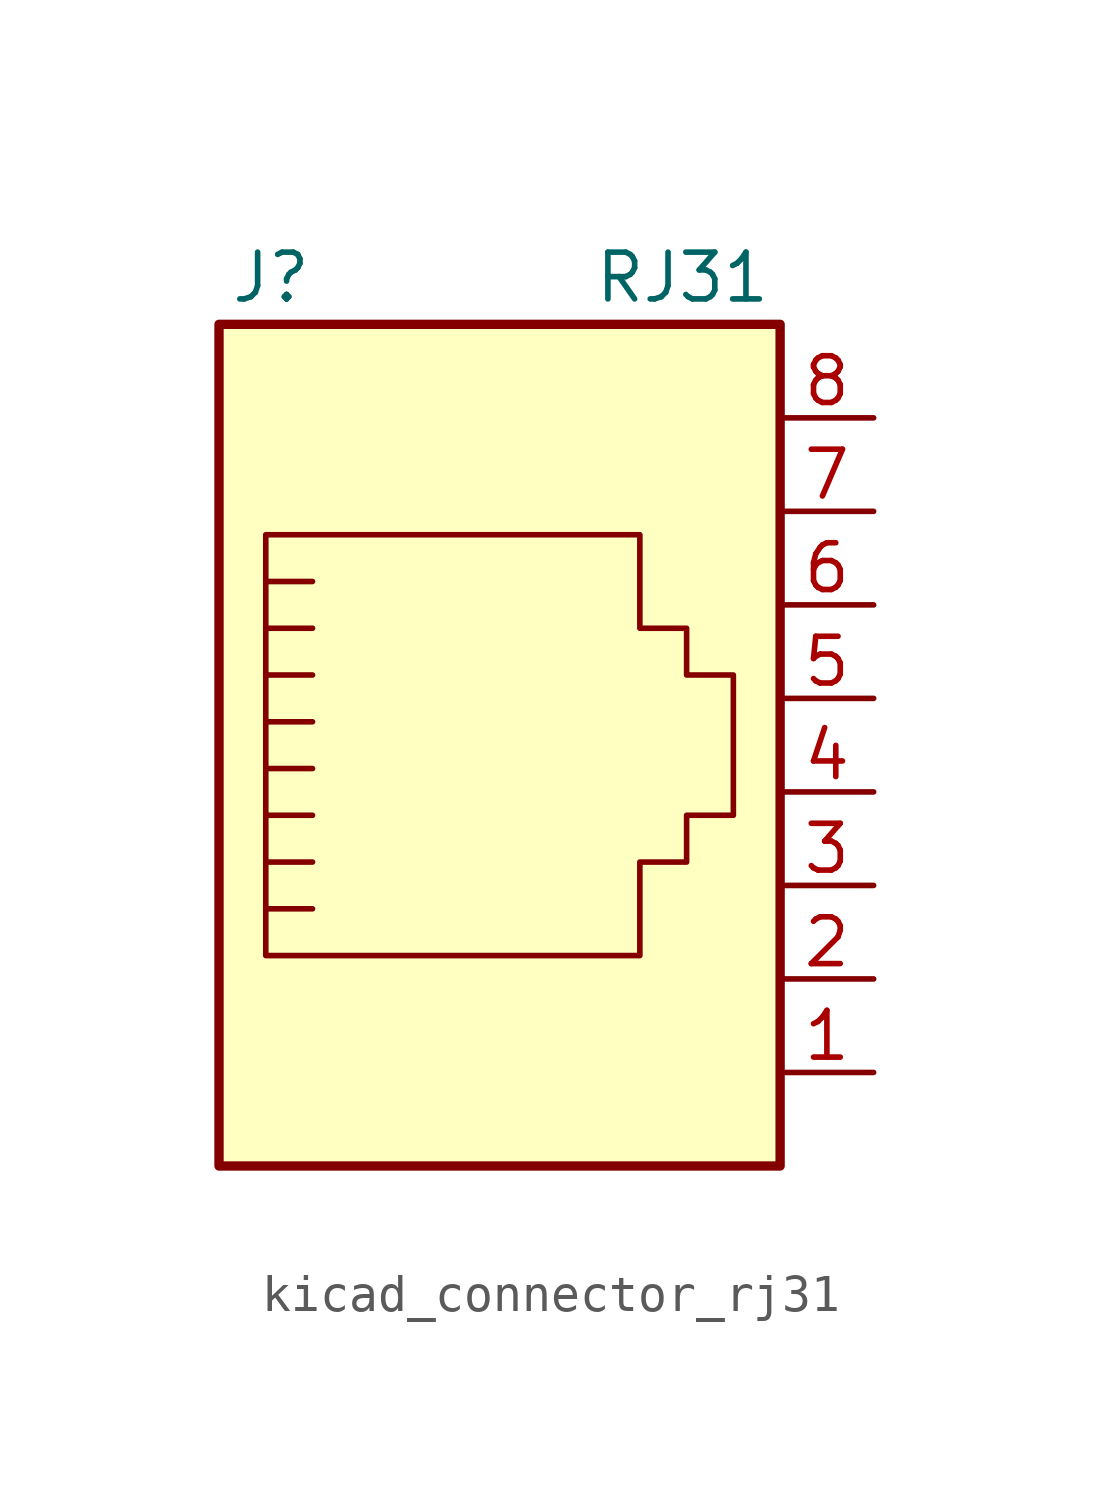
<source format=kicad_sym>
(kicad_symbol_lib
  (version 20220914)
  (generator kicad_symbol_editor)
  (symbol "kicad_connector_rj31"
    (pin_names
      (offset 1.016))
    (property "Reference" "J"
      (at -5.08 13.97 0)
      (effects (font (size 1.27 1.27)) (justify right)))
    (property "Value" "RJ31"
      (at 2.54 13.97 0)
      (effects (font (size 1.27 1.27)) (justify left)))
    (symbol "kicad_connector_rj31_0_1"
      (polyline (pts (xy -5.08 4.445) (xy -6.35 4.445)) (stroke (width 0) (type default)) (fill (type none)))
      (polyline (pts (xy -5.08 5.715) (xy -6.35 5.715)) (stroke (width 0) (type default)) (fill (type none)))
      (polyline (pts (xy -6.35 -3.175) (xy -5.08 -3.175) (xy -5.08 -3.175)) (stroke (width 0) (type default)) (fill (type none)))
      (polyline (pts (xy -6.35 -1.905) (xy -5.08 -1.905) (xy -5.08 -1.905)) (stroke (width 0) (type default)) (fill (type none)))
      (polyline (pts (xy -6.35 -0.635) (xy -5.08 -0.635) (xy -5.08 -0.635)) (stroke (width 0) (type default)) (fill (type none)))
      (polyline (pts (xy -6.35 0.635) (xy -5.08 0.635) (xy -5.08 0.635)) (stroke (width 0) (type default)) (fill (type none)))
      (polyline (pts (xy -6.35 1.905) (xy -5.08 1.905) (xy -5.08 1.905)) (stroke (width 0) (type default)) (fill (type none)))
      (polyline (pts (xy -5.08 3.175) (xy -6.35 3.175) (xy -6.35 3.175)) (stroke (width 0) (type default)) (fill (type none)))
      (polyline (pts (xy -6.35 -4.445) (xy -6.35 6.985) (xy 3.81 6.985) (xy 3.81 4.445) (xy 5.08 4.445) (xy 5.08 3.175) (xy 6.35 3.175) (xy 6.35 -0.635) (xy 5.08 -0.635) (xy 5.08 -1.905) (xy 3.81 -1.905) (xy 3.81 -4.445) (xy -6.35 -4.445) (xy -6.35 -4.445)) (stroke (width 0) (type default)) (fill (type none)))
      (rectangle (start 7.62 12.7) (end -7.62 -10.16) (stroke (width 0.254) (type default)) (fill (type background))))
    (symbol "kicad_connector_rj31_1_1"
      (pin passive line (at 10.16 -7.62 180) (length 2.54) (name "~" (effects (font (size 1.27 1.27)))) (number "1" (effects (font (size 1.27 1.27)))))
      (pin passive line (at 10.16 -5.08 180) (length 2.54) (name "~" (effects (font (size 1.27 1.27)))) (number "2" (effects (font (size 1.27 1.27)))))
      (pin passive line (at 10.16 -2.54 180) (length 2.54) (name "~" (effects (font (size 1.27 1.27)))) (number "3" (effects (font (size 1.27 1.27)))))
      (pin passive line (at 10.16 0 180) (length 2.54) (name "~" (effects (font (size 1.27 1.27)))) (number "4" (effects (font (size 1.27 1.27)))))
      (pin passive line (at 10.16 2.54 180) (length 2.54) (name "~" (effects (font (size 1.27 1.27)))) (number "5" (effects (font (size 1.27 1.27)))))
      (pin passive line (at 10.16 5.08 180) (length 2.54) (name "~" (effects (font (size 1.27 1.27)))) (number "6" (effects (font (size 1.27 1.27)))))
      (pin passive line (at 10.16 7.62 180) (length 2.54) (name "~" (effects (font (size 1.27 1.27)))) (number "7" (effects (font (size 1.27 1.27)))))
      (pin passive line (at 10.16 10.16 180) (length 2.54) (name "~" (effects (font (size 1.27 1.27)))) (number "8" (effects (font (size 1.27 1.27))))))))
</source>
